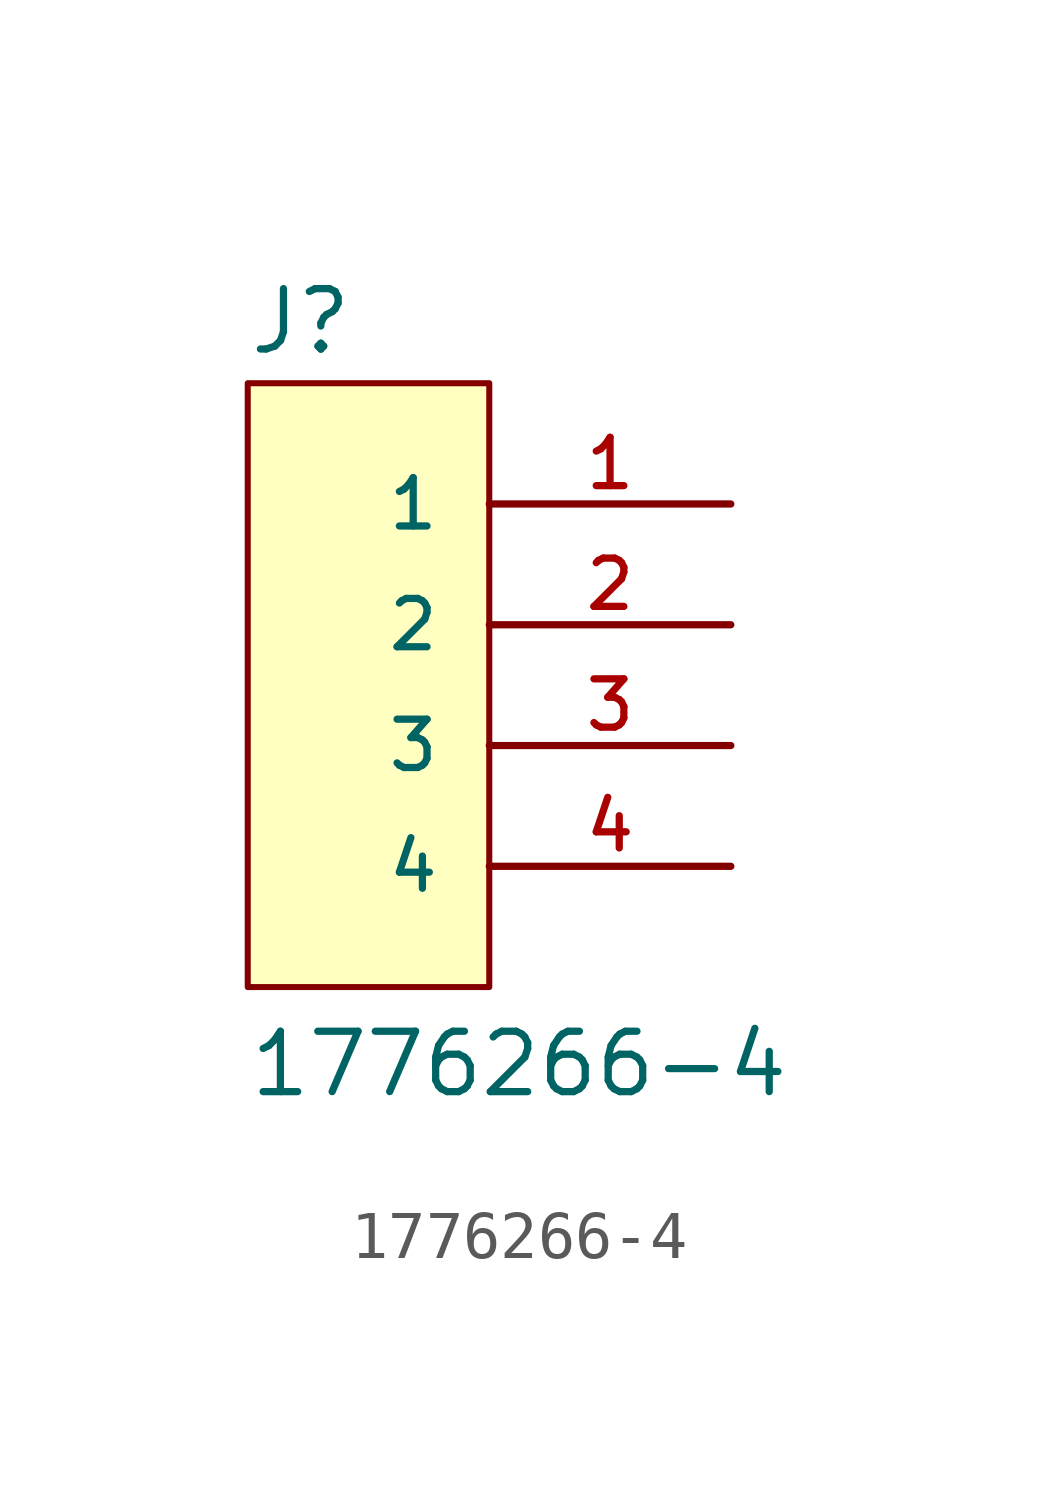
<source format=kicad_sym>
(kicad_symbol_lib
  (version 20211014)
  (generator kicad_symbol_editor)
  (symbol "1776266-4"
    (pin_names
      (offset 1.016))
    (property "Reference" "J"
      (at -2.554 8.176 0)
      (effects (font (size 1.27 1.27)) (justify bottom left)))
    (property "Value" "1776266-4"
      (at -2.558 -7.442 0)
      (effects (font (size 1.27 1.27)) (justify bottom left)))
    (symbol "1776266-4_0_0"
      (rectangle (start -2.54 -5.08) (end 2.54 7.62) (stroke (width 0.127)) (fill (type background)))
      (pin passive line (at 7.62 5.08 180.0) (length 5.08) (name "1" (effects (font (size 1.016 1.016)))) (number "1" (effects (font (size 1.016 1.016)))))
      (pin passive line (at 7.62 2.54 180.0) (length 5.08) (name "2" (effects (font (size 1.016 1.016)))) (number "2" (effects (font (size 1.016 1.016)))))
      (pin passive line (at 7.62 0.0 180.0) (length 5.08) (name "3" (effects (font (size 1.016 1.016)))) (number "3" (effects (font (size 1.016 1.016)))))
      (pin passive line (at 7.62 -2.54 180.0) (length 5.08) (name "4" (effects (font (size 1.016 1.016)))) (number "4" (effects (font (size 1.016 1.016))))))))
</source>
